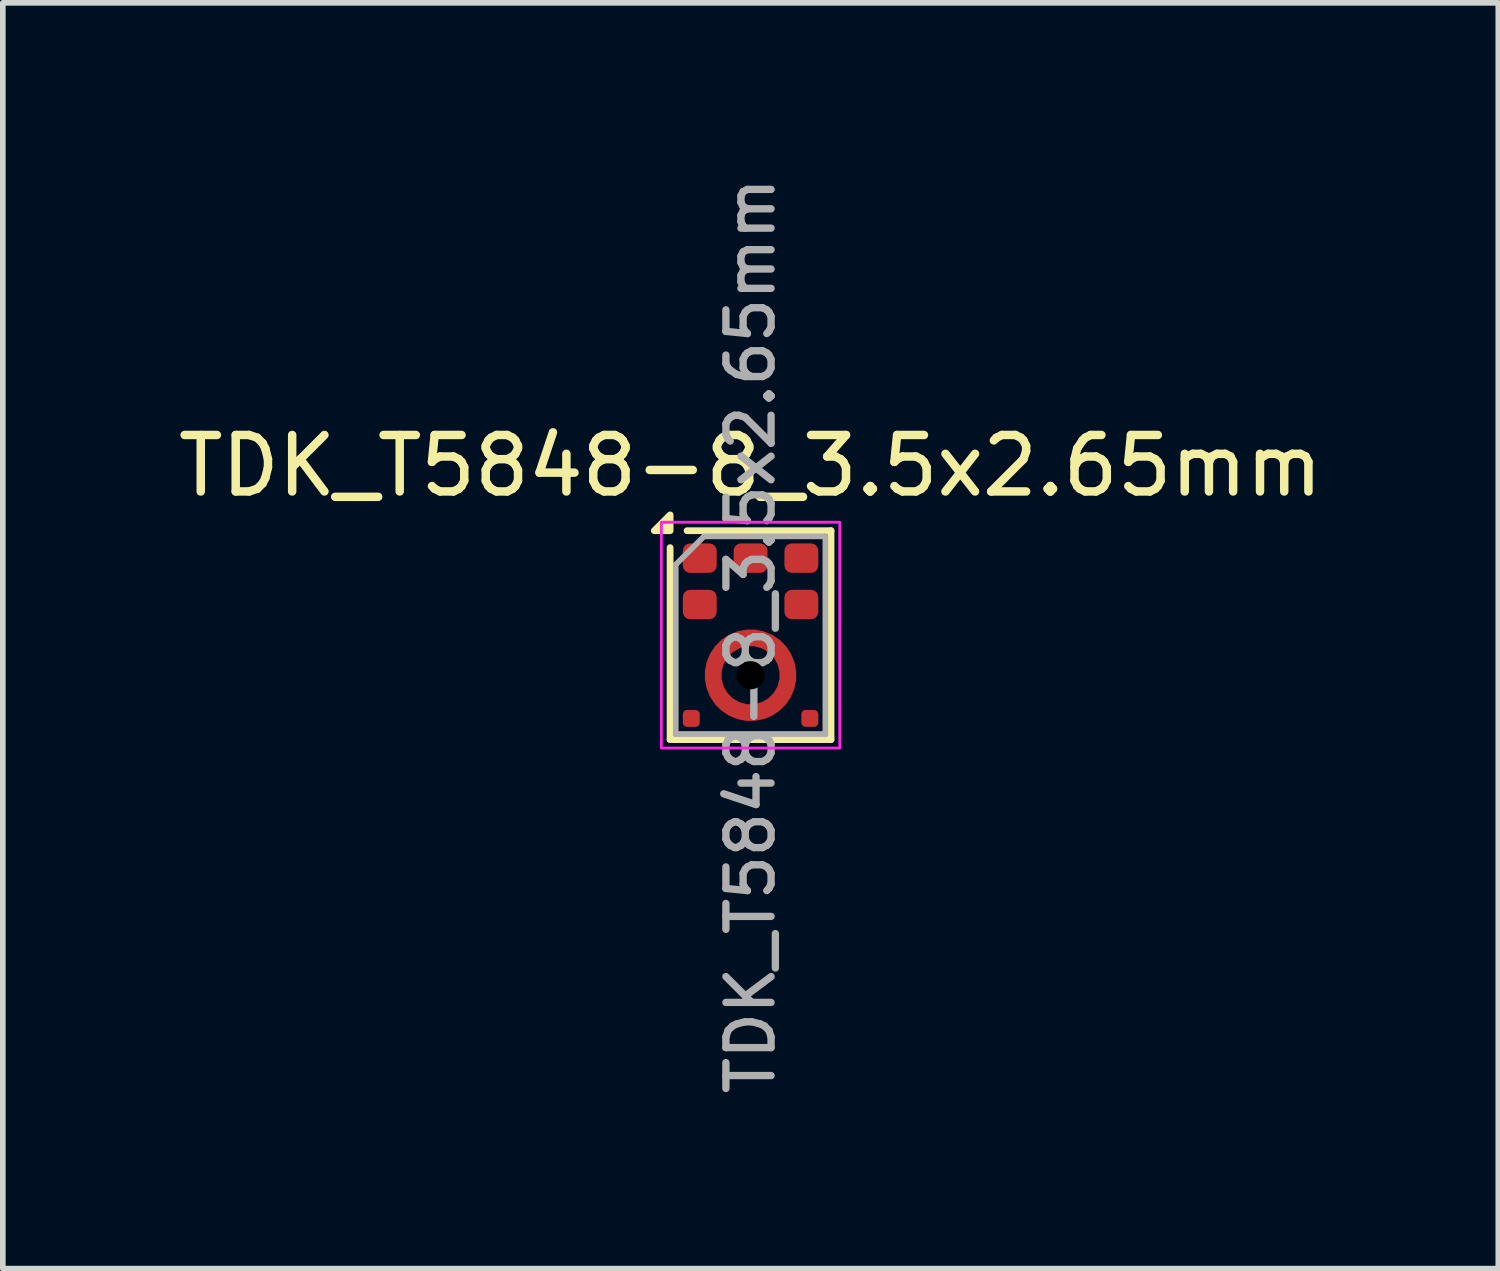
<source format=kicad_pcb>
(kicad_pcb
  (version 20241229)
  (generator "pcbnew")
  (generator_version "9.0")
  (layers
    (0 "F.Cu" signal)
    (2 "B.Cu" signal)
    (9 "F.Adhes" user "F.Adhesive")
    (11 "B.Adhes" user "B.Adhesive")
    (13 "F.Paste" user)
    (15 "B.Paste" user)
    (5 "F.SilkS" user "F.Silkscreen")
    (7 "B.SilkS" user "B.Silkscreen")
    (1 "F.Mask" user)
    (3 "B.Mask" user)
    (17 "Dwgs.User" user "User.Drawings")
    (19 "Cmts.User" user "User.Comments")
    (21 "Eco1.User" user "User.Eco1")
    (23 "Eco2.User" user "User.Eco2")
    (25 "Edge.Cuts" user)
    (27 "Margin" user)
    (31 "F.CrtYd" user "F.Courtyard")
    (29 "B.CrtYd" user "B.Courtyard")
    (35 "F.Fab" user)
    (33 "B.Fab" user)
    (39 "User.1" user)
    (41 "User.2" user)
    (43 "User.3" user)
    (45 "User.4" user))
  (footprint "TDK_T5848-8_3.5x2.65mm"
    (layer "F.Cu")
    (at 10.244 8.2)
    (property "Reference" "TDK_T5848-8_3.5x2.65mm" (at 0 -3 0) (unlocked yes) (layer "F.SilkS") (effects (font (size 1 1) (thickness 0.15))))
    (attr smd)
    (fp_line (start -1.425 1.85) (end -1.425 -1.55) (stroke (width 0.12) (type default)) (layer "F.SilkS"))
    (fp_line (start -1.125 -1.85) (end 1.425 -1.85) (stroke (width 0.12) (type default)) (layer "F.SilkS"))
    (fp_line (start 1.425 -1.85) (end 1.425 1.85) (stroke (width 0.12) (type default)) (layer "F.SilkS"))
    (fp_line (start 1.425 1.85) (end -1.425 1.85) (stroke (width 0.12) (type default)) (layer "F.SilkS"))
    (fp_poly (pts (xy -1.425 -1.85) (xy -1.705 -1.85) (xy -1.425 -2.13) (xy -1.425 -1.85)) (stroke (width 0.12) (type solid)) (fill yes) (layer "F.SilkS"))
    (fp_poly (pts (xy -0.811 0.66) (xy -0.783 0.494) (xy -0.723 0.338) (xy -0.631 0.198) (xy -0.512 0.079) (xy -0.372 -0.013) (xy -0.215 -0.073) (xy -0.05 -0.101) (xy -0.05 0.15) (xy -0.16 0.171) (xy -0.263 0.213) (xy -0.356 0.275) (xy -0.435 0.354) (xy -0.497 0.447) (xy -0.539 0.55) (xy -0.56 0.66)) (stroke (width 0) (type solid)) (fill yes) (layer "F.Paste"))
    (fp_poly (pts (xy -0.05 1.521) (xy -0.215 1.493) (xy -0.372 1.433) (xy -0.512 1.341) (xy -0.631 1.222) (xy -0.723 1.082) (xy -0.783 0.925) (xy -0.811 0.76) (xy -0.56 0.76) (xy -0.539 0.87) (xy -0.497 0.973) (xy -0.435 1.066) (xy -0.356 1.145) (xy -0.263 1.207) (xy -0.16 1.249) (xy -0.05 1.27)) (stroke (width 0) (type solid)) (fill yes) (layer "F.Paste"))
    (fp_poly (pts (xy 0.05 -0.101) (xy 0.215 -0.073) (xy 0.372 -0.013) (xy 0.512 0.079) (xy 0.631 0.198) (xy 0.723 0.338) (xy 0.783 0.494) (xy 0.811 0.66) (xy 0.56 0.66) (xy 0.539 0.55) (xy 0.497 0.447) (xy 0.435 0.354) (xy 0.356 0.275) (xy 0.263 0.213) (xy 0.16 0.171) (xy 0.05 0.15)) (stroke (width 0) (type solid)) (fill yes) (layer "F.Paste"))
    (fp_poly (pts (xy 0.811 0.76) (xy 0.783 0.925) (xy 0.723 1.082) (xy 0.631 1.222) (xy 0.512 1.341) (xy 0.372 1.433) (xy 0.215 1.493) (xy 0.05 1.521) (xy 0.05 1.27) (xy 0.16 1.249) (xy 0.263 1.207) (xy 0.356 1.145) (xy 0.435 1.066) (xy 0.497 0.973) (xy 0.539 0.87) (xy 0.56 0.76)) (stroke (width 0) (type solid)) (fill yes) (layer "F.Paste"))
    (fp_rect (start -1.58 -2) (end 1.58 2) (stroke (width 0.05) (type solid)) (fill no) (layer "F.CrtYd"))
    (fp_line (start -1.325 -1.25) (end -1.325 1.75) (stroke (width 0.1) (type solid)) (layer "F.Fab"))
    (fp_line (start -1.325 1.75) (end 1.325 1.75) (stroke (width 0.1) (type solid)) (layer "F.Fab"))
    (fp_line (start -0.825 -1.75) (end -1.325 -1.25) (stroke (width 0.1) (type solid)) (layer "F.Fab"))
    (fp_line (start 1.325 -1.75) (end -0.825 -1.75) (stroke (width 0.1) (type solid)) (layer "F.Fab"))
    (fp_line (start 1.325 1.75) (end 1.325 -1.75) (stroke (width 0.1) (type solid)) (layer "F.Fab"))
    (fp_text user "${REFERENCE}" (at 0 0.01 90) (unlocked yes) (layer "F.Fab") (effects (font (size 0.8 0.8) (thickness 0.13))))
    (pad "" np_thru_hole circle (at 0 0.71) (size 0.5 0.5) (drill 0.5) (layers "*.Mask"))
    (pad "1" smd roundrect (at -0.9 -1.364) (size 0.6 0.522) (layers "F.Cu" "F.Mask" "F.Paste") (roundrect_rratio 0.25))
    (pad "2" smd roundrect (at -0.9 -0.542) (size 0.6 0.522) (layers "F.Cu" "F.Mask" "F.Paste") (roundrect_rratio 0.25))
    (pad "3" smd custom (at 0.662 0.71 90) (size 0.3 0.3) (layers "F.Cu" "F.Mask") (options (anchor circle)) (primitives (gr_circle (center 0 -0.662) (end 0.662 -0.662) (width 0.3) (fill no))))
    (pad "4" smd roundrect (at -1.05 1.475) (size 0.3 0.3) (layers "F.Cu" "F.Mask" "F.Paste") (roundrect_rratio 0.25))
    (pad "5" smd roundrect (at 1.05 1.475) (size 0.3 0.3) (layers "F.Cu" "F.Mask" "F.Paste") (roundrect_rratio 0.25))
    (pad "6" smd roundrect (at 0.9 -0.542) (size 0.6 0.522) (layers "F.Cu" "F.Mask" "F.Paste") (roundrect_rratio 0.25))
    (pad "7" smd roundrect (at 0.9 -1.364) (size 0.6 0.522) (layers "F.Cu" "F.Mask" "F.Paste") (roundrect_rratio 0.25))
    (pad "8" smd roundrect (at 0 -1.364) (size 0.6 0.522) (layers "F.Cu" "F.Mask" "F.Paste") (roundrect_rratio 0.25)))
  (gr_rect
    (start -3 -3)
    (end 23.488 19.42)
    (stroke (width 0.1) (type default))
    (fill no)
    (layer "Edge.Cuts")))
</source>
